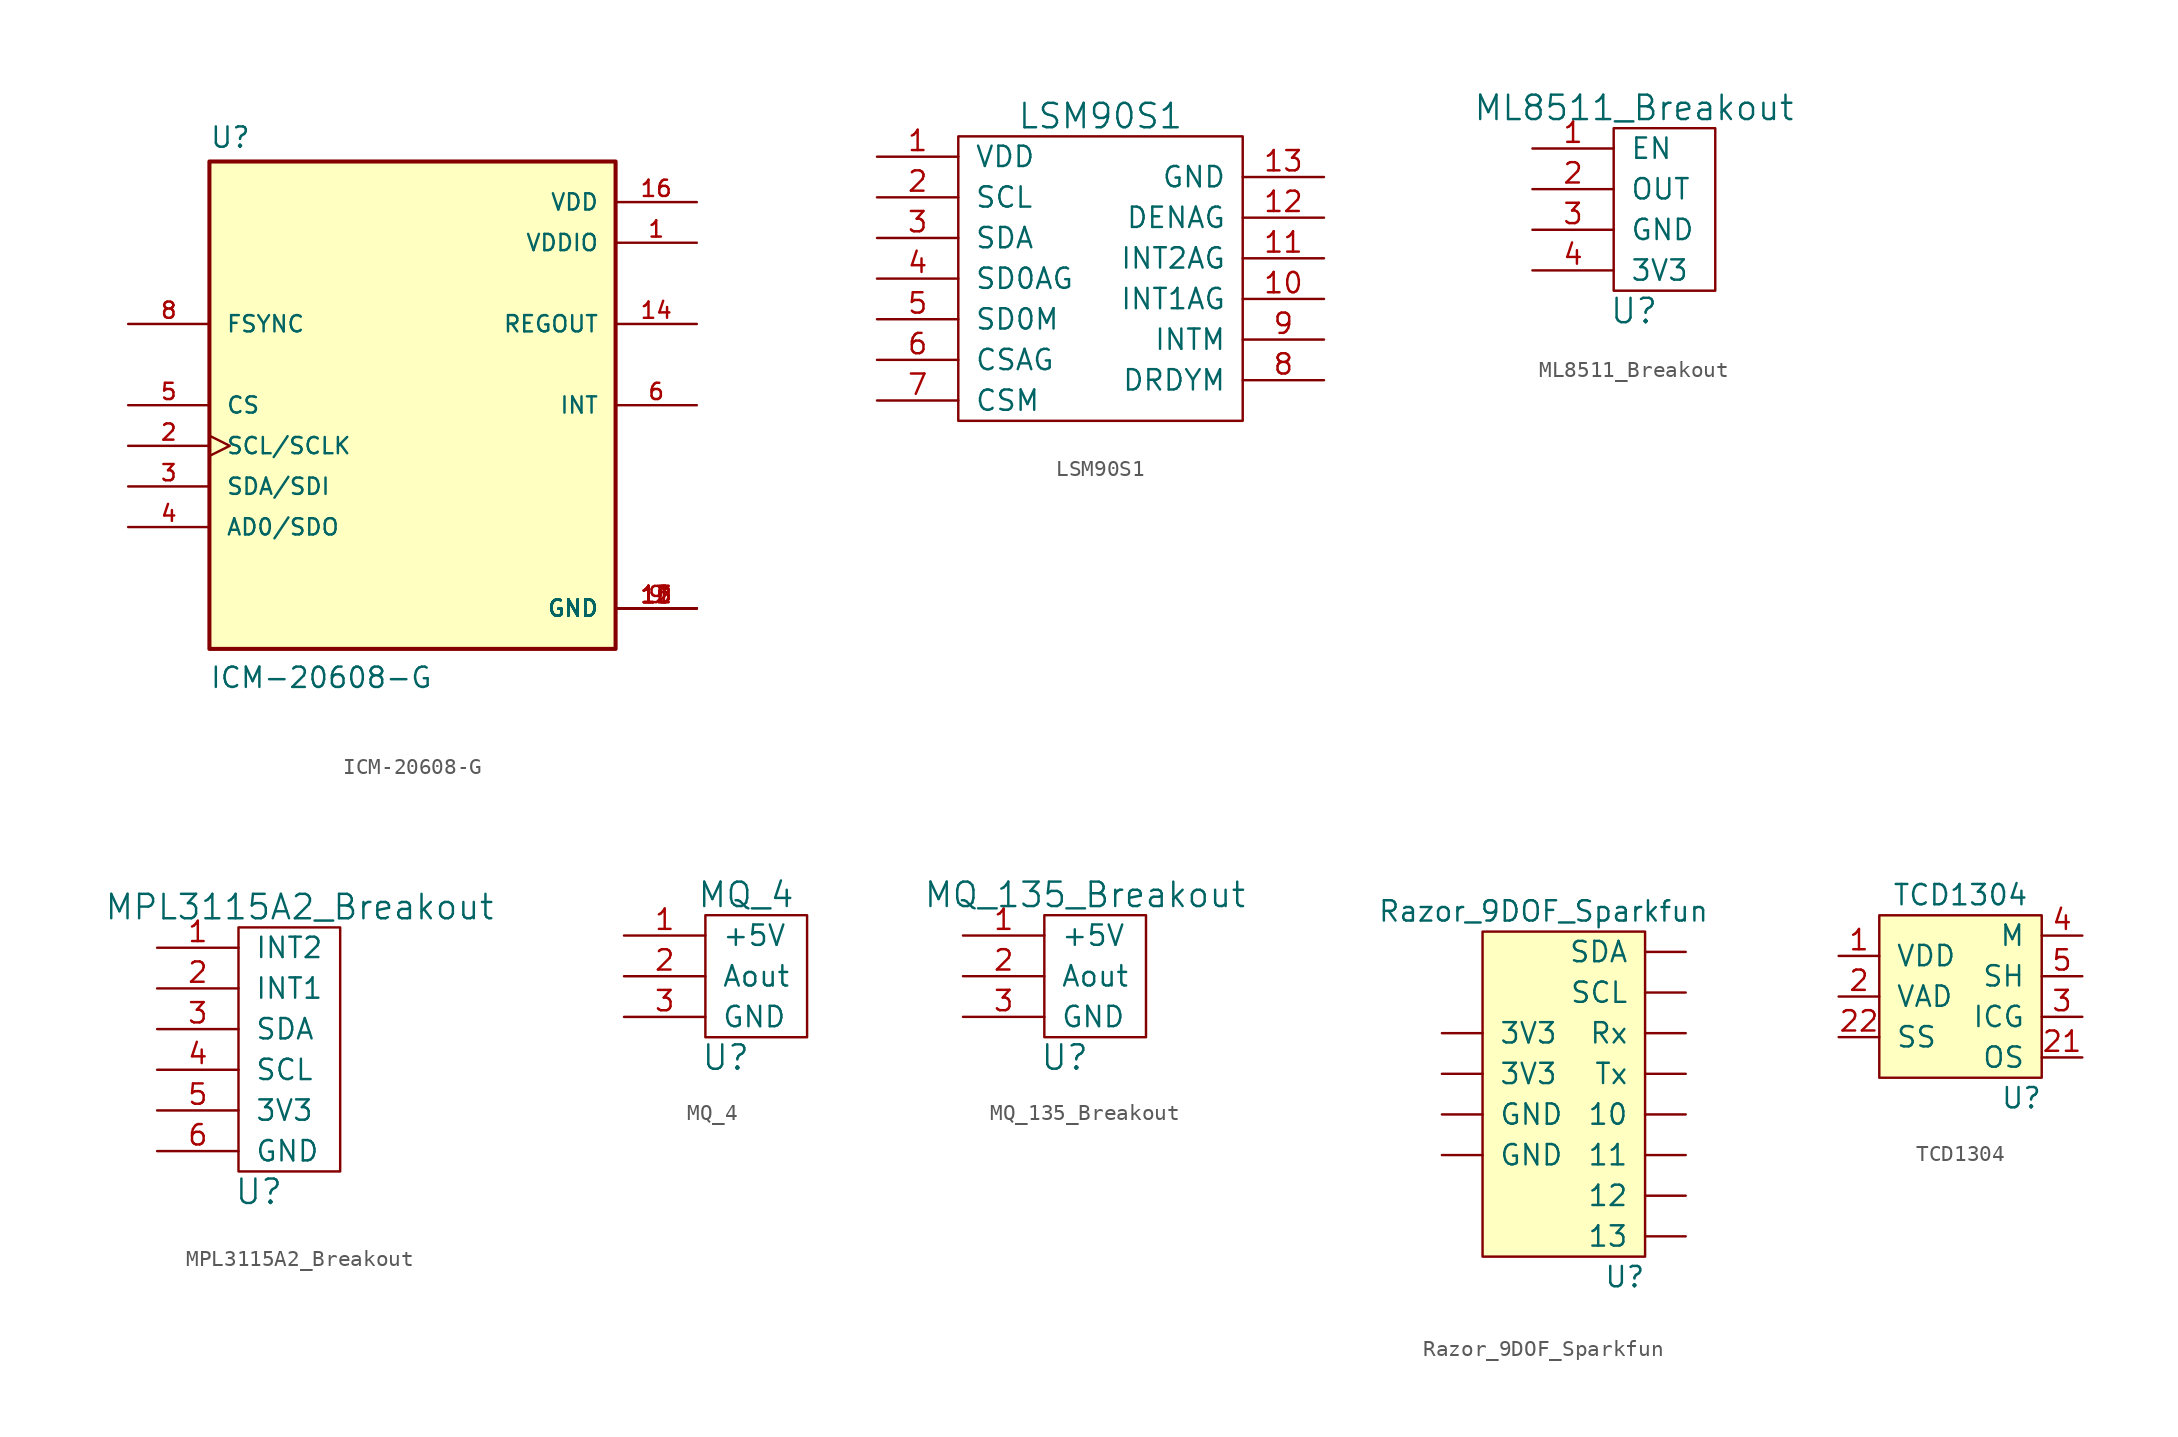
<source format=kicad_sym>
(kicad_symbol_lib
  (version 20231120)
  (generator "kicad_symbol_editor")
  (generator_version "8.0")
  (symbol "ICM-20608-G"
    (pin_names
      (offset 1.016))
    (property "Reference" "U"
      (at -12.7 16.002 0)
      (effects (font (size 1.27 1.27)) (justify left bottom)))
    (property "Value" "ICM-20608-G"
      (at -12.7 -17.78 0)
      (effects (font (size 1.27 1.27)) (justify left bottom)))
    (symbol "ICM-20608-G_0_0"
      (rectangle (start -12.7 -15.24) (end 12.7 15.24) (stroke (width 0.254) (type default)) (fill (type background)))
      (pin power_in line (at 17.78 10.16 180) (length 5.08) (name "VDDIO" (effects (font (size 1.016 1.016)))) (number "1" (effects (font (size 1.016 1.016)))))
      (pin power_in line (at 17.78 -12.7 180) (length 5.08) (name "GND" (effects (font (size 1.016 1.016)))) (number "10" (effects (font (size 1.016 1.016)))))
      (pin power_in line (at 17.78 -12.7 180) (length 5.08) (name "GND" (effects (font (size 1.016 1.016)))) (number "11" (effects (font (size 1.016 1.016)))))
      (pin power_in line (at 17.78 -12.7 180) (length 5.08) (name "GND" (effects (font (size 1.016 1.016)))) (number "12" (effects (font (size 1.016 1.016)))))
      (pin power_in line (at 17.78 -12.7 180) (length 5.08) (name "GND" (effects (font (size 1.016 1.016)))) (number "13" (effects (font (size 1.016 1.016)))))
      (pin output line (at 17.78 5.08 180) (length 5.08) (name "REGOUT" (effects (font (size 1.016 1.016)))) (number "14" (effects (font (size 1.016 1.016)))))
      (pin power_in line (at 17.78 -12.7 180) (length 5.08) (name "GND" (effects (font (size 1.016 1.016)))) (number "15" (effects (font (size 1.016 1.016)))))
      (pin power_in line (at 17.78 12.7 180) (length 5.08) (name "VDD" (effects (font (size 1.016 1.016)))) (number "16" (effects (font (size 1.016 1.016)))))
      (pin input clock (at -17.78 -2.54 0) (length 5.08) (name "SCL/SCLK" (effects (font (size 1.016 1.016)))) (number "2" (effects (font (size 1.016 1.016)))))
      (pin bidirectional line (at -17.78 -5.08 0) (length 5.08) (name "SDA/SDI" (effects (font (size 1.016 1.016)))) (number "3" (effects (font (size 1.016 1.016)))))
      (pin bidirectional line (at -17.78 -7.62 0) (length 5.08) (name "AD0/SDO" (effects (font (size 1.016 1.016)))) (number "4" (effects (font (size 1.016 1.016)))))
      (pin input line (at -17.78 0 0) (length 5.08) (name "CS" (effects (font (size 1.016 1.016)))) (number "5" (effects (font (size 1.016 1.016)))))
      (pin output line (at 17.78 0 180) (length 5.08) (name "INT" (effects (font (size 1.016 1.016)))) (number "6" (effects (font (size 1.016 1.016)))))
      (pin input line (at -17.78 5.08 0) (length 5.08) (name "FSYNC" (effects (font (size 1.016 1.016)))) (number "8" (effects (font (size 1.016 1.016)))))
      (pin power_in line (at 17.78 -12.7 180) (length 5.08) (name "GND" (effects (font (size 1.016 1.016)))) (number "9" (effects (font (size 1.016 1.016)))))))
  (symbol "LSM90S1"
    (pin_names
      (offset 1.016))
    (property "Reference" "U"
      (at 1.27 -1.27 0)
      (effects (font (size 1.524 1.524)) (hide yes)))
    (property "Value" "LSM90S1"
      (at 8.89 19.05 0)
      (effects (font (size 1.524 1.524))))
    (symbol "LSM90S1_0_1"
      (rectangle (start 17.78 17.78) (end 0 0) (stroke (width 0) (type default)) (fill (type none))))
    (symbol "LSM90S1_1_1"
      (pin input line (at -5.08 16.51 0) (length 5.08) (name "VDD" (effects (font (size 1.27 1.27)))) (number "1" (effects (font (size 1.27 1.27)))))
      (pin input line (at 22.86 7.62 180) (length 5.08) (name "INT1AG" (effects (font (size 1.27 1.27)))) (number "10" (effects (font (size 1.27 1.27)))))
      (pin input line (at 22.86 10.16 180) (length 5.08) (name "INT2AG" (effects (font (size 1.27 1.27)))) (number "11" (effects (font (size 1.27 1.27)))))
      (pin input line (at 22.86 12.7 180) (length 5.08) (name "DENAG" (effects (font (size 1.27 1.27)))) (number "12" (effects (font (size 1.27 1.27)))))
      (pin input line (at 22.86 15.24 180) (length 5.08) (name "GND" (effects (font (size 1.27 1.27)))) (number "13" (effects (font (size 1.27 1.27)))))
      (pin input line (at -5.08 13.97 0) (length 5.08) (name "SCL" (effects (font (size 1.27 1.27)))) (number "2" (effects (font (size 1.27 1.27)))))
      (pin input line (at -5.08 11.43 0) (length 5.08) (name "SDA" (effects (font (size 1.27 1.27)))) (number "3" (effects (font (size 1.27 1.27)))))
      (pin input line (at -5.08 8.89 0) (length 5.08) (name "SD0AG" (effects (font (size 1.27 1.27)))) (number "4" (effects (font (size 1.27 1.27)))))
      (pin input line (at -5.08 6.35 0) (length 5.08) (name "SD0M" (effects (font (size 1.27 1.27)))) (number "5" (effects (font (size 1.27 1.27)))))
      (pin input line (at -5.08 3.81 0) (length 5.08) (name "CSAG" (effects (font (size 1.27 1.27)))) (number "6" (effects (font (size 1.27 1.27)))))
      (pin input line (at -5.08 1.27 0) (length 5.08) (name "CSM" (effects (font (size 1.27 1.27)))) (number "7" (effects (font (size 1.27 1.27)))))
      (pin input line (at 22.86 2.54 180) (length 5.08) (name "DRDYM" (effects (font (size 1.27 1.27)))) (number "8" (effects (font (size 1.27 1.27)))))
      (pin input line (at 22.86 5.08 180) (length 5.08) (name "INTM" (effects (font (size 1.27 1.27)))) (number "9" (effects (font (size 1.27 1.27)))))))
  (symbol "ML8511_Breakout"
    (pin_names
      (offset 1.016))
    (property "Reference" "U"
      (at 1.27 -1.27 0)
      (effects (font (size 1.524 1.524))))
    (property "Value" "ML8511_Breakout"
      (at 1.27 11.43 0)
      (effects (font (size 1.524 1.524))))
    (symbol "ML8511_Breakout_0_1"
      (rectangle (start 0 0) (end 6.35 10.16) (stroke (width 0) (type default)) (fill (type none))))
    (symbol "ML8511_Breakout_1_1"
      (pin input line (at -5.08 8.89 0) (length 5.08) (name "EN" (effects (font (size 1.27 1.27)))) (number "1" (effects (font (size 1.27 1.27)))))
      (pin input line (at -5.08 6.35 0) (length 5.08) (name "OUT" (effects (font (size 1.27 1.27)))) (number "2" (effects (font (size 1.27 1.27)))))
      (pin input line (at -5.08 3.81 0) (length 5.08) (name "GND" (effects (font (size 1.27 1.27)))) (number "3" (effects (font (size 1.27 1.27)))))
      (pin input line (at -5.08 1.27 0) (length 5.08) (name "3V3" (effects (font (size 1.27 1.27)))) (number "4" (effects (font (size 1.27 1.27)))))))
  (symbol "MPL3115A2_Breakout"
    (pin_names
      (offset 1.016))
    (property "Reference" "U"
      (at 1.27 -1.27 0)
      (effects (font (size 1.524 1.524))))
    (property "Value" "MPL3115A2_Breakout"
      (at 3.81 16.51 0)
      (effects (font (size 1.524 1.524))))
    (symbol "MPL3115A2_Breakout_0_1"
      (rectangle (start 0 0) (end 6.35 15.24) (stroke (width 0) (type default)) (fill (type none))))
    (symbol "MPL3115A2_Breakout_1_1"
      (pin input line (at -5.08 13.97 0) (length 5.08) (name "INT2" (effects (font (size 1.27 1.27)))) (number "1" (effects (font (size 1.27 1.27)))))
      (pin input line (at -5.08 11.43 0) (length 5.08) (name "INT1" (effects (font (size 1.27 1.27)))) (number "2" (effects (font (size 1.27 1.27)))))
      (pin input line (at -5.08 8.89 0) (length 5.08) (name "SDA" (effects (font (size 1.27 1.27)))) (number "3" (effects (font (size 1.27 1.27)))))
      (pin input line (at -5.08 6.35 0) (length 5.08) (name "SCL" (effects (font (size 1.27 1.27)))) (number "4" (effects (font (size 1.27 1.27)))))
      (pin input line (at -5.08 3.81 0) (length 5.08) (name "3V3" (effects (font (size 1.27 1.27)))) (number "5" (effects (font (size 1.27 1.27)))))
      (pin input line (at -5.08 1.27 0) (length 5.08) (name "GND" (effects (font (size 1.27 1.27)))) (number "6" (effects (font (size 1.27 1.27)))))))
  (symbol "MQ_4"
    (pin_names
      (offset 1.016))
    (property "Reference" "U"
      (at 1.27 -1.27 0)
      (effects (font (size 1.524 1.524))))
    (property "Value" "MQ_4"
      (at 2.54 8.89 0)
      (effects (font (size 1.524 1.524))))
    (symbol "MQ_4_0_1"
      (rectangle (start 0 0) (end 6.35 7.62) (stroke (width 0) (type default)) (fill (type none))))
    (symbol "MQ_4_1_1"
      (pin input line (at -5.08 6.35 0) (length 5.08) (name "+5V" (effects (font (size 1.27 1.27)))) (number "1" (effects (font (size 1.27 1.27)))))
      (pin input line (at -5.08 3.81 0) (length 5.08) (name "Aout" (effects (font (size 1.27 1.27)))) (number "2" (effects (font (size 1.27 1.27)))))
      (pin input line (at -5.08 1.27 0) (length 5.08) (name "GND" (effects (font (size 1.27 1.27)))) (number "3" (effects (font (size 1.27 1.27)))))))
  (symbol "MQ_135_Breakout"
    (pin_names
      (offset 1.016))
    (property "Reference" "U"
      (at 1.27 -1.27 0)
      (effects (font (size 1.524 1.524))))
    (property "Value" "MQ_135_Breakout"
      (at 2.54 8.89 0)
      (effects (font (size 1.524 1.524))))
    (symbol "MQ_135_Breakout_0_1"
      (rectangle (start 0 0) (end 6.35 7.62) (stroke (width 0) (type default)) (fill (type none))))
    (symbol "MQ_135_Breakout_1_1"
      (pin input line (at -5.08 6.35 0) (length 5.08) (name "+5V" (effects (font (size 1.27 1.27)))) (number "1" (effects (font (size 1.27 1.27)))))
      (pin input line (at -5.08 3.81 0) (length 5.08) (name "Aout" (effects (font (size 1.27 1.27)))) (number "2" (effects (font (size 1.27 1.27)))))
      (pin input line (at -5.08 1.27 0) (length 5.08) (name "GND" (effects (font (size 1.27 1.27)))) (number "3" (effects (font (size 1.27 1.27)))))))
  (symbol "Razor_9DOF_Sparkfun"
    (pin_numbers hide)
    (pin_names
      (offset 1.016))
    (property "Reference" "U"
      (at 8.89 -1.27 0)
      (effects (font (size 1.27 1.27))))
    (property "Value" "Razor_9DOF_Sparkfun"
      (at 3.81 21.59 0)
      (effects (font (size 1.27 1.27))))
    (symbol "Razor_9DOF_Sparkfun_0_1"
      (rectangle (start 10.16 0) (end 0 20.32) (stroke (width 0) (type default)) (fill (type background))))
    (symbol "Razor_9DOF_Sparkfun_1_1"
      (pin input line (at -2.54 8.89 0) (length 2.54) (name "GND" (effects (font (size 1.27 1.27)))) (number "1" (effects (font (size 1.27 1.27)))))
      (pin input line (at 12.7 6.35 180) (length 2.54) (name "11" (effects (font (size 1.27 1.27)))) (number "10" (effects (font (size 1.27 1.27)))))
      (pin input line (at 12.7 3.81 180) (length 2.54) (name "12" (effects (font (size 1.27 1.27)))) (number "11" (effects (font (size 1.27 1.27)))))
      (pin input line (at 12.7 1.27 180) (length 2.54) (name "13" (effects (font (size 1.27 1.27)))) (number "12" (effects (font (size 1.27 1.27)))))
      (pin input line (at -2.54 11.43 0) (length 2.54) (name "3V3" (effects (font (size 1.27 1.27)))) (number "2" (effects (font (size 1.27 1.27)))))
      (pin input line (at 12.7 19.05 180) (length 2.54) (name "SDA" (effects (font (size 1.27 1.27)))) (number "3" (effects (font (size 1.27 1.27)))))
      (pin input line (at 12.7 16.51 180) (length 2.54) (name "SCL" (effects (font (size 1.27 1.27)))) (number "4" (effects (font (size 1.27 1.27)))))
      (pin input line (at -2.54 6.35 0) (length 2.54) (name "GND" (effects (font (size 1.27 1.27)))) (number "5" (effects (font (size 1.27 1.27)))))
      (pin input line (at -2.54 13.97 0) (length 2.54) (name "3V3" (effects (font (size 1.27 1.27)))) (number "6" (effects (font (size 1.27 1.27)))))
      (pin input line (at 12.7 13.97 180) (length 2.54) (name "Rx" (effects (font (size 1.27 1.27)))) (number "7" (effects (font (size 1.27 1.27)))))
      (pin input line (at 12.7 11.43 180) (length 2.54) (name "Tx" (effects (font (size 1.27 1.27)))) (number "8" (effects (font (size 1.27 1.27)))))
      (pin input line (at 12.7 8.89 180) (length 2.54) (name "10" (effects (font (size 1.27 1.27)))) (number "9" (effects (font (size 1.27 1.27)))))))
  (symbol "TCD1304"
    (pin_names
      (offset 1.016))
    (property "Reference" "U"
      (at 8.89 -1.27 0)
      (effects (font (size 1.27 1.27))))
    (property "Value" "TCD1304"
      (at 5.08 11.43 0)
      (effects (font (size 1.27 1.27))))
    (symbol "TCD1304_0_1"
      (rectangle (start 10.16 0) (end 0 10.16) (stroke (width 0) (type default)) (fill (type background))))
    (symbol "TCD1304_1_1"
      (pin input line (at -2.54 7.62 0) (length 2.54) (name "VDD" (effects (font (size 1.27 1.27)))) (number "1" (effects (font (size 1.27 1.27)))))
      (pin input line (at -2.54 5.08 0) (length 2.54) (name "VAD" (effects (font (size 1.27 1.27)))) (number "2" (effects (font (size 1.27 1.27)))))
      (pin input line (at 12.7 1.27 180) (length 2.54) (name "OS" (effects (font (size 1.27 1.27)))) (number "21" (effects (font (size 1.27 1.27)))))
      (pin input line (at -2.54 2.54 0) (length 2.54) (name "SS" (effects (font (size 1.27 1.27)))) (number "22" (effects (font (size 1.27 1.27)))))
      (pin input line (at 12.7 3.81 180) (length 2.54) (name "ICG" (effects (font (size 1.27 1.27)))) (number "3" (effects (font (size 1.27 1.27)))))
      (pin input line (at 12.7 8.89 180) (length 2.54) (name "M" (effects (font (size 1.27 1.27)))) (number "4" (effects (font (size 1.27 1.27)))))
      (pin input line (at 12.7 6.35 180) (length 2.54) (name "SH" (effects (font (size 1.27 1.27)))) (number "5" (effects (font (size 1.27 1.27))))))))
</source>
